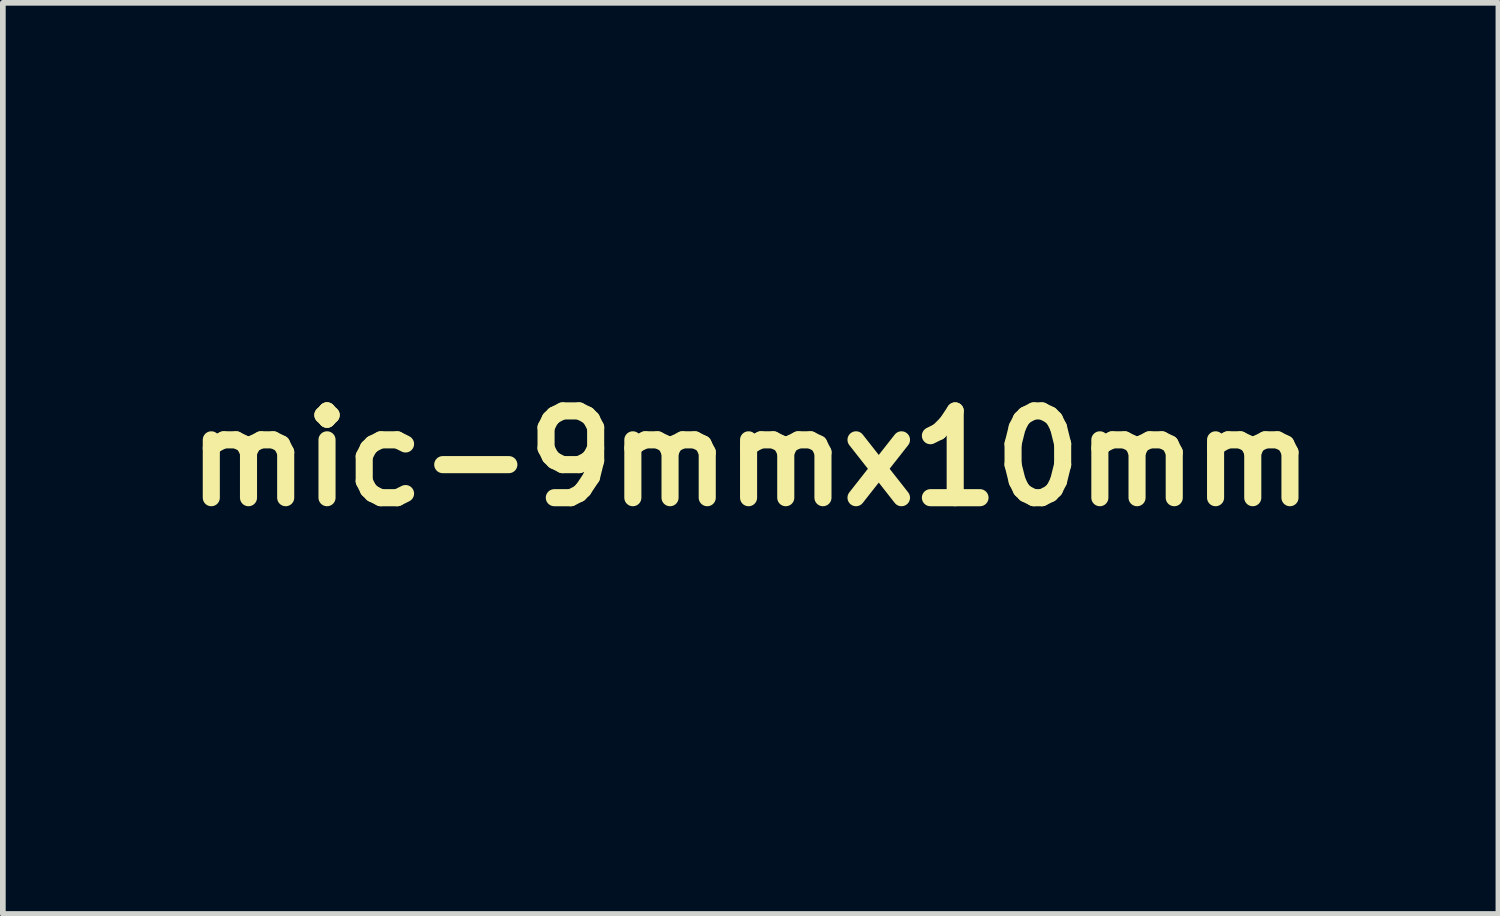
<source format=kicad_pcb>
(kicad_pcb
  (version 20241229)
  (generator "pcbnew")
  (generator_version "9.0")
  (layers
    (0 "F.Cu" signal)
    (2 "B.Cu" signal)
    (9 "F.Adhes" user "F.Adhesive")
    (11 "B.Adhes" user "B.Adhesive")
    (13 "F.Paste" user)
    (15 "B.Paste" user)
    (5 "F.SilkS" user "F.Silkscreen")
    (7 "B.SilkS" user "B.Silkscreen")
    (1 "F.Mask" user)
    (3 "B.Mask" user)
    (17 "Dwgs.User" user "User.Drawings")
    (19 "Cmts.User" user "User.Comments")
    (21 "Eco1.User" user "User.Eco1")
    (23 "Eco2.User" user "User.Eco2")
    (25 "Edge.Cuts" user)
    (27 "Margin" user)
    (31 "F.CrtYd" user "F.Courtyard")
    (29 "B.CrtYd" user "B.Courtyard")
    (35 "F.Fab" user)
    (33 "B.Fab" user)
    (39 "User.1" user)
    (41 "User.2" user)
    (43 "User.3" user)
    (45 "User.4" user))
  (footprint "mic-9mmx10mm"
    (layer "F.Cu")
    (at 10.131 5)
    (property "Reference" "mic-9mmx10mm" (at 0 0 0) (layer "F.SilkS") (effects (font (size 1.524 1.524) (thickness 0.3))))
    (attr board_only exclude_from_pos_files exclude_from_bom)
    (fp_poly (pts (xy 2.234 -4.999) (xy 2.325 -4.996) (xy 2.408 -4.991) (xy 2.479 -4.984) (xy 2.481 -4.984) (xy 2.69 -4.947) (xy 2.893 -4.891) (xy 3.089 -4.817) (xy 3.277 -4.725) (xy 3.455 -4.617) (xy 3.624 -4.493) (xy 3.781 -4.355) (xy 3.926 -4.202) (xy 4.058 -4.036) (xy 4.176 -3.858) (xy 4.278 -3.668) (xy 4.347 -3.511) (xy 4.418 -3.307) (xy 4.469 -3.098) (xy 4.502 -2.885) (xy 4.516 -2.67) (xy 4.512 -2.454) (xy 4.49 -2.24) (xy 4.449 -2.029) (xy 4.39 -1.823) (xy 4.313 -1.623) (xy 4.218 -1.431) (xy 4.211 -1.418) (xy 4.157 -1.322) (xy 4.076 -1.32) (xy 4.024 -1.321) (xy 3.968 -1.325) (xy 3.924 -1.331) (xy 3.752 -1.372) (xy 3.576 -1.433) (xy 3.397 -1.512) (xy 3.217 -1.609) (xy 3.035 -1.724) (xy 2.853 -1.855) (xy 2.672 -2.003) (xy 2.494 -2.167) (xy 2.483 -2.177) (xy 2.306 -2.357) (xy 2.139 -2.545) (xy 1.982 -2.739) (xy 1.835 -2.938) (xy 1.701 -3.141) (xy 1.578 -3.345) (xy 1.469 -3.55) (xy 1.374 -3.754) (xy 1.293 -3.955) (xy 1.228 -4.153) (xy 1.179 -4.346) (xy 1.148 -4.532) (xy 1.137 -4.646) (xy 1.13 -4.754) (xy 1.184 -4.781) (xy 1.296 -4.832) (xy 1.423 -4.878) (xy 1.559 -4.92) (xy 1.7 -4.954) (xy 1.839 -4.98) (xy 1.908 -4.99) (xy 1.973 -4.996) (xy 2.053 -4.999) (xy 2.141 -5)) (stroke (width 0) (type solid)) (fill yes) (layer "F.Mask"))
    (fp_poly (pts (xy 0.752 -4.433) (xy 0.76 -4.414) (xy 0.77 -4.38) (xy 0.781 -4.34) (xy 0.852 -4.101) (xy 0.941 -3.858) (xy 1.048 -3.614) (xy 1.17 -3.369) (xy 1.308 -3.125) (xy 1.459 -2.885) (xy 1.623 -2.65) (xy 1.798 -2.421) (xy 1.983 -2.202) (xy 2.177 -1.993) (xy 2.379 -1.796) (xy 2.511 -1.678) (xy 2.687 -1.533) (xy 2.867 -1.398) (xy 3.048 -1.274) (xy 3.227 -1.164) (xy 3.404 -1.068) (xy 3.574 -0.988) (xy 3.69 -0.942) (xy 3.733 -0.926) (xy 3.767 -0.912) (xy 3.789 -0.902) (xy 3.796 -0.898) (xy 3.788 -0.889) (xy 3.764 -0.874) (xy 3.728 -0.852) (xy 3.682 -0.827) (xy 3.631 -0.8) (xy 3.576 -0.772) (xy 3.567 -0.767) (xy 3.399 -0.694) (xy 3.22 -0.632) (xy 3.036 -0.586) (xy 2.869 -0.557) (xy 2.82 -0.552) (xy 2.756 -0.548) (xy 2.683 -0.545) (xy 2.606 -0.543) (xy 2.529 -0.542) (xy 2.456 -0.542) (xy 2.393 -0.543) (xy 2.344 -0.546) (xy 2.332 -0.547) (xy 2.2 -0.565) (xy 2.085 -0.587) (xy 1.984 -0.613) (xy 1.894 -0.645) (xy 1.813 -0.681) (xy 1.678 -0.756) (xy 1.547 -0.841) (xy 1.416 -0.939) (xy 1.283 -1.051) (xy 1.146 -1.18) (xy 1.107 -1.218) (xy 1.01 -1.318) (xy 0.926 -1.41) (xy 0.849 -1.5) (xy 0.777 -1.592) (xy 0.705 -1.693) (xy 0.649 -1.776) (xy 0.552 -1.928) (xy 0.468 -2.073) (xy 0.394 -2.218) (xy 0.328 -2.367) (xy 0.286 -2.475) (xy 0.263 -2.543) (xy 0.246 -2.615) (xy 0.235 -2.694) (xy 0.228 -2.784) (xy 0.226 -2.888) (xy 0.227 -3.008) (xy 0.228 -3.01) (xy 0.241 -3.212) (xy 0.268 -3.403) (xy 0.31 -3.587) (xy 0.368 -3.768) (xy 0.444 -3.952) (xy 0.475 -4.017) (xy 0.498 -4.062) (xy 0.527 -4.115) (xy 0.561 -4.173) (xy 0.597 -4.233) (xy 0.633 -4.29) (xy 0.667 -4.343) (xy 0.697 -4.387) (xy 0.721 -4.419) (xy 0.738 -4.437) (xy 0.745 -4.44)) (stroke (width 0) (type solid)) (fill yes) (layer "F.Mask"))
    (fp_poly (pts (xy 0.017 -2.215) (xy 0.027 -2.195) (xy 0.03 -2.187) (xy 0.043 -2.153) (xy 0.064 -2.106) (xy 0.091 -2.049) (xy 0.121 -1.986) (xy 0.154 -1.92) (xy 0.186 -1.857) (xy 0.217 -1.799) (xy 0.243 -1.751) (xy 0.25 -1.739) (xy 0.379 -1.534) (xy 0.521 -1.336) (xy 0.673 -1.148) (xy 0.832 -0.974) (xy 0.977 -0.834) (xy 1.032 -0.786) (xy 1.094 -0.734) (xy 1.158 -0.681) (xy 1.222 -0.63) (xy 1.281 -0.585) (xy 1.333 -0.547) (xy 1.373 -0.52) (xy 1.374 -0.519) (xy 1.396 -0.504) (xy 1.406 -0.492) (xy 1.406 -0.489) (xy 1.398 -0.483) (xy 1.373 -0.465) (xy 1.333 -0.437) (xy 1.278 -0.399) (xy 1.209 -0.351) (xy 1.127 -0.294) (xy 1.032 -0.229) (xy 0.925 -0.155) (xy 0.807 -0.073) (xy 0.679 0.016) (xy 0.54 0.111) (xy 0.393 0.213) (xy 0.237 0.32) (xy 0.073 0.433) (xy -0.098 0.551) (xy -0.275 0.673) (xy -0.457 0.799) (xy -0.645 0.928) (xy -0.794 1.03) (xy -1.026 1.19) (xy -1.241 1.338) (xy -1.442 1.475) (xy -1.627 1.602) (xy -1.797 1.719) (xy -1.953 1.827) (xy -2.096 1.925) (xy -2.227 2.014) (xy -2.345 2.094) (xy -2.451 2.167) (xy -2.546 2.231) (xy -2.631 2.289) (xy -2.705 2.339) (xy -2.77 2.382) (xy -2.826 2.42) (xy -2.874 2.451) (xy -2.914 2.477) (xy -2.947 2.498) (xy -2.973 2.515) (xy -2.994 2.527) (xy -3.008 2.535) (xy -3.018 2.539) (xy -3.023 2.54) (xy -3.051 2.537) (xy -3.089 2.529) (xy -3.121 2.521) (xy -3.237 2.479) (xy -3.337 2.424) (xy -3.422 2.355) (xy -3.491 2.274) (xy -3.544 2.18) (xy -3.581 2.074) (xy -3.601 1.957) (xy -3.605 1.899) (xy -3.607 1.81) (xy -1.802 -0.205) (xy -1.647 -0.379) (xy -1.494 -0.549) (xy -1.346 -0.714) (xy -1.202 -0.874) (xy -1.064 -1.028) (xy -0.931 -1.176) (xy -0.805 -1.317) (xy -0.686 -1.45) (xy -0.574 -1.575) (xy -0.47 -1.69) (xy -0.375 -1.796) (xy -0.289 -1.892) (xy -0.213 -1.977) (xy -0.147 -2.05) (xy -0.092 -2.111) (xy -0.048 -2.16) (xy -0.016 -2.195) (xy 0.003 -2.216) (xy 0.009 -2.222)) (stroke (width 0) (type solid)) (fill yes) (layer "F.Mask"))
    (fp_poly (pts (xy 2.573 0.854) (xy 2.758 0.872) (xy 2.937 0.909) (xy 3.109 0.965) (xy 3.274 1.038) (xy 3.43 1.129) (xy 3.579 1.239) (xy 3.681 1.33) (xy 3.813 1.471) (xy 3.931 1.626) (xy 4.034 1.796) (xy 4.124 1.981) (xy 4.199 2.18) (xy 4.26 2.394) (xy 4.307 2.622) (xy 4.314 2.663) (xy 4.322 2.73) (xy 4.327 2.812) (xy 4.331 2.907) (xy 4.333 3.01) (xy 4.333 3.117) (xy 4.331 3.224) (xy 4.327 3.327) (xy 4.322 3.421) (xy 4.314 3.503) (xy 4.308 3.551) (xy 4.299 3.606) (xy 4.288 3.669) (xy 4.275 3.735) (xy 4.261 3.801) (xy 4.248 3.864) (xy 4.235 3.918) (xy 4.225 3.961) (xy 4.217 3.988) (xy 4.216 3.991) (xy 4.212 3.995) (xy 4.204 3.997) (xy 4.189 3.996) (xy 4.165 3.991) (xy 4.13 3.983) (xy 4.083 3.971) (xy 4.021 3.954) (xy 3.942 3.932) (xy 3.903 3.921) (xy 3.828 3.899) (xy 3.759 3.879) (xy 3.699 3.862) (xy 3.65 3.848) (xy 3.615 3.838) (xy 3.596 3.832) (xy 3.594 3.831) (xy 3.594 3.821) (xy 3.599 3.794) (xy 3.607 3.756) (xy 3.617 3.715) (xy 3.658 3.508) (xy 3.684 3.303) (xy 3.693 3.101) (xy 3.687 2.904) (xy 3.664 2.714) (xy 3.627 2.531) (xy 3.575 2.357) (xy 3.507 2.194) (xy 3.425 2.044) (xy 3.403 2.01) (xy 3.36 1.952) (xy 3.304 1.888) (xy 3.242 1.824) (xy 3.178 1.764) (xy 3.116 1.713) (xy 3.078 1.686) (xy 2.951 1.616) (xy 2.816 1.564) (xy 2.672 1.53) (xy 2.52 1.515) (xy 2.362 1.517) (xy 2.197 1.539) (xy 2.026 1.578) (xy 1.99 1.589) (xy 1.805 1.652) (xy 1.618 1.732) (xy 1.43 1.828) (xy 1.239 1.942) (xy 1.044 2.073) (xy 0.845 2.223) (xy 0.64 2.391) (xy 0.597 2.428) (xy 0.531 2.487) (xy 0.455 2.558) (xy 0.37 2.64) (xy 0.28 2.73) (xy 0.186 2.825) (xy 0.091 2.922) (xy -0.003 3.02) (xy -0.092 3.115) (xy -0.174 3.206) (xy -0.204 3.24) (xy -0.303 3.35) (xy -0.407 3.462) (xy -0.513 3.572) (xy -0.618 3.679) (xy -0.719 3.78) (xy -0.814 3.871) (xy -0.9 3.949) (xy -0.926 3.973) (xy -1.154 4.164) (xy -1.379 4.334) (xy -1.6 4.486) (xy -1.819 4.617) (xy -2.034 4.73) (xy -2.248 4.823) (xy -2.46 4.897) (xy -2.67 4.952) (xy -2.852 4.986) (xy -2.911 4.992) (xy -2.983 4.996) (xy -3.063 4.998) (xy -3.147 4.999) (xy -3.228 4.997) (xy -3.302 4.994) (xy -3.364 4.989) (xy -3.392 4.985) (xy -3.56 4.947) (xy -3.717 4.893) (xy -3.863 4.823) (xy -3.996 4.738) (xy -4.116 4.639) (xy -4.222 4.527) (xy -4.313 4.401) (xy -4.389 4.264) (xy -4.449 4.115) (xy -4.491 3.956) (xy -4.497 3.924) (xy -4.505 3.865) (xy -4.511 3.792) (xy -4.514 3.711) (xy -4.514 3.628) (xy -4.512 3.549) (xy -4.507 3.48) (xy -4.502 3.439) (xy -4.458 3.245) (xy -4.395 3.056) (xy -4.313 2.871) (xy -4.211 2.694) (xy -4.188 2.658) (xy -4.153 2.607) (xy -4.112 2.55) (xy -4.069 2.494) (xy -4.027 2.441) (xy -3.988 2.395) (xy -3.957 2.36) (xy -3.946 2.348) (xy -3.919 2.324) (xy -3.809 2.427) (xy -3.727 2.505) (xy -3.654 2.575) (xy -3.591 2.638) (xy -3.54 2.69) (xy -3.502 2.733) (xy -3.476 2.765) (xy -3.465 2.784) (xy -3.465 2.79) (xy -3.476 2.804) (xy -3.496 2.828) (xy -3.522 2.86) (xy -3.534 2.874) (xy -3.627 2.995) (xy -3.708 3.122) (xy -3.774 3.253) (xy -3.825 3.385) (xy -3.858 3.512) (xy -3.858 3.513) (xy -3.867 3.577) (xy -3.87 3.65) (xy -3.868 3.725) (xy -3.862 3.794) (xy -3.854 3.838) (xy -3.819 3.946) (xy -3.768 4.041) (xy -3.702 4.123) (xy -3.623 4.193) (xy -3.531 4.25) (xy -3.427 4.293) (xy -3.312 4.323) (xy -3.188 4.338) (xy -3.055 4.339) (xy -2.914 4.326) (xy -2.766 4.297) (xy -2.612 4.253) (xy -2.586 4.245) (xy -2.438 4.189) (xy -2.295 4.125) (xy -2.152 4.051) (xy -2.005 3.963) (xy -1.924 3.911) (xy -1.764 3.802) (xy -1.607 3.684) (xy -1.451 3.556) (xy -1.293 3.416) (xy -1.133 3.264) (xy -0.968 3.097) (xy -0.796 2.914) (xy -0.699 2.806) (xy -0.48 2.566) (xy -0.266 2.343) (xy -0.058 2.138) (xy 0.146 1.951) (xy 0.347 1.779) (xy 0.544 1.623) (xy 0.741 1.481) (xy 0.931 1.356) (xy 1.147 1.23) (xy 1.362 1.122) (xy 1.573 1.032) (xy 1.781 0.96) (xy 1.986 0.906) (xy 2.187 0.87) (xy 2.383 0.853)) (stroke (width 0) (type solid)) (fill yes) (layer "F.Mask")))
  (gr_rect
    (start -3 -3)
    (end 23.262 12.999)
    (stroke (width 0.1) (type default))
    (fill no)
    (layer "Edge.Cuts")))
</source>
